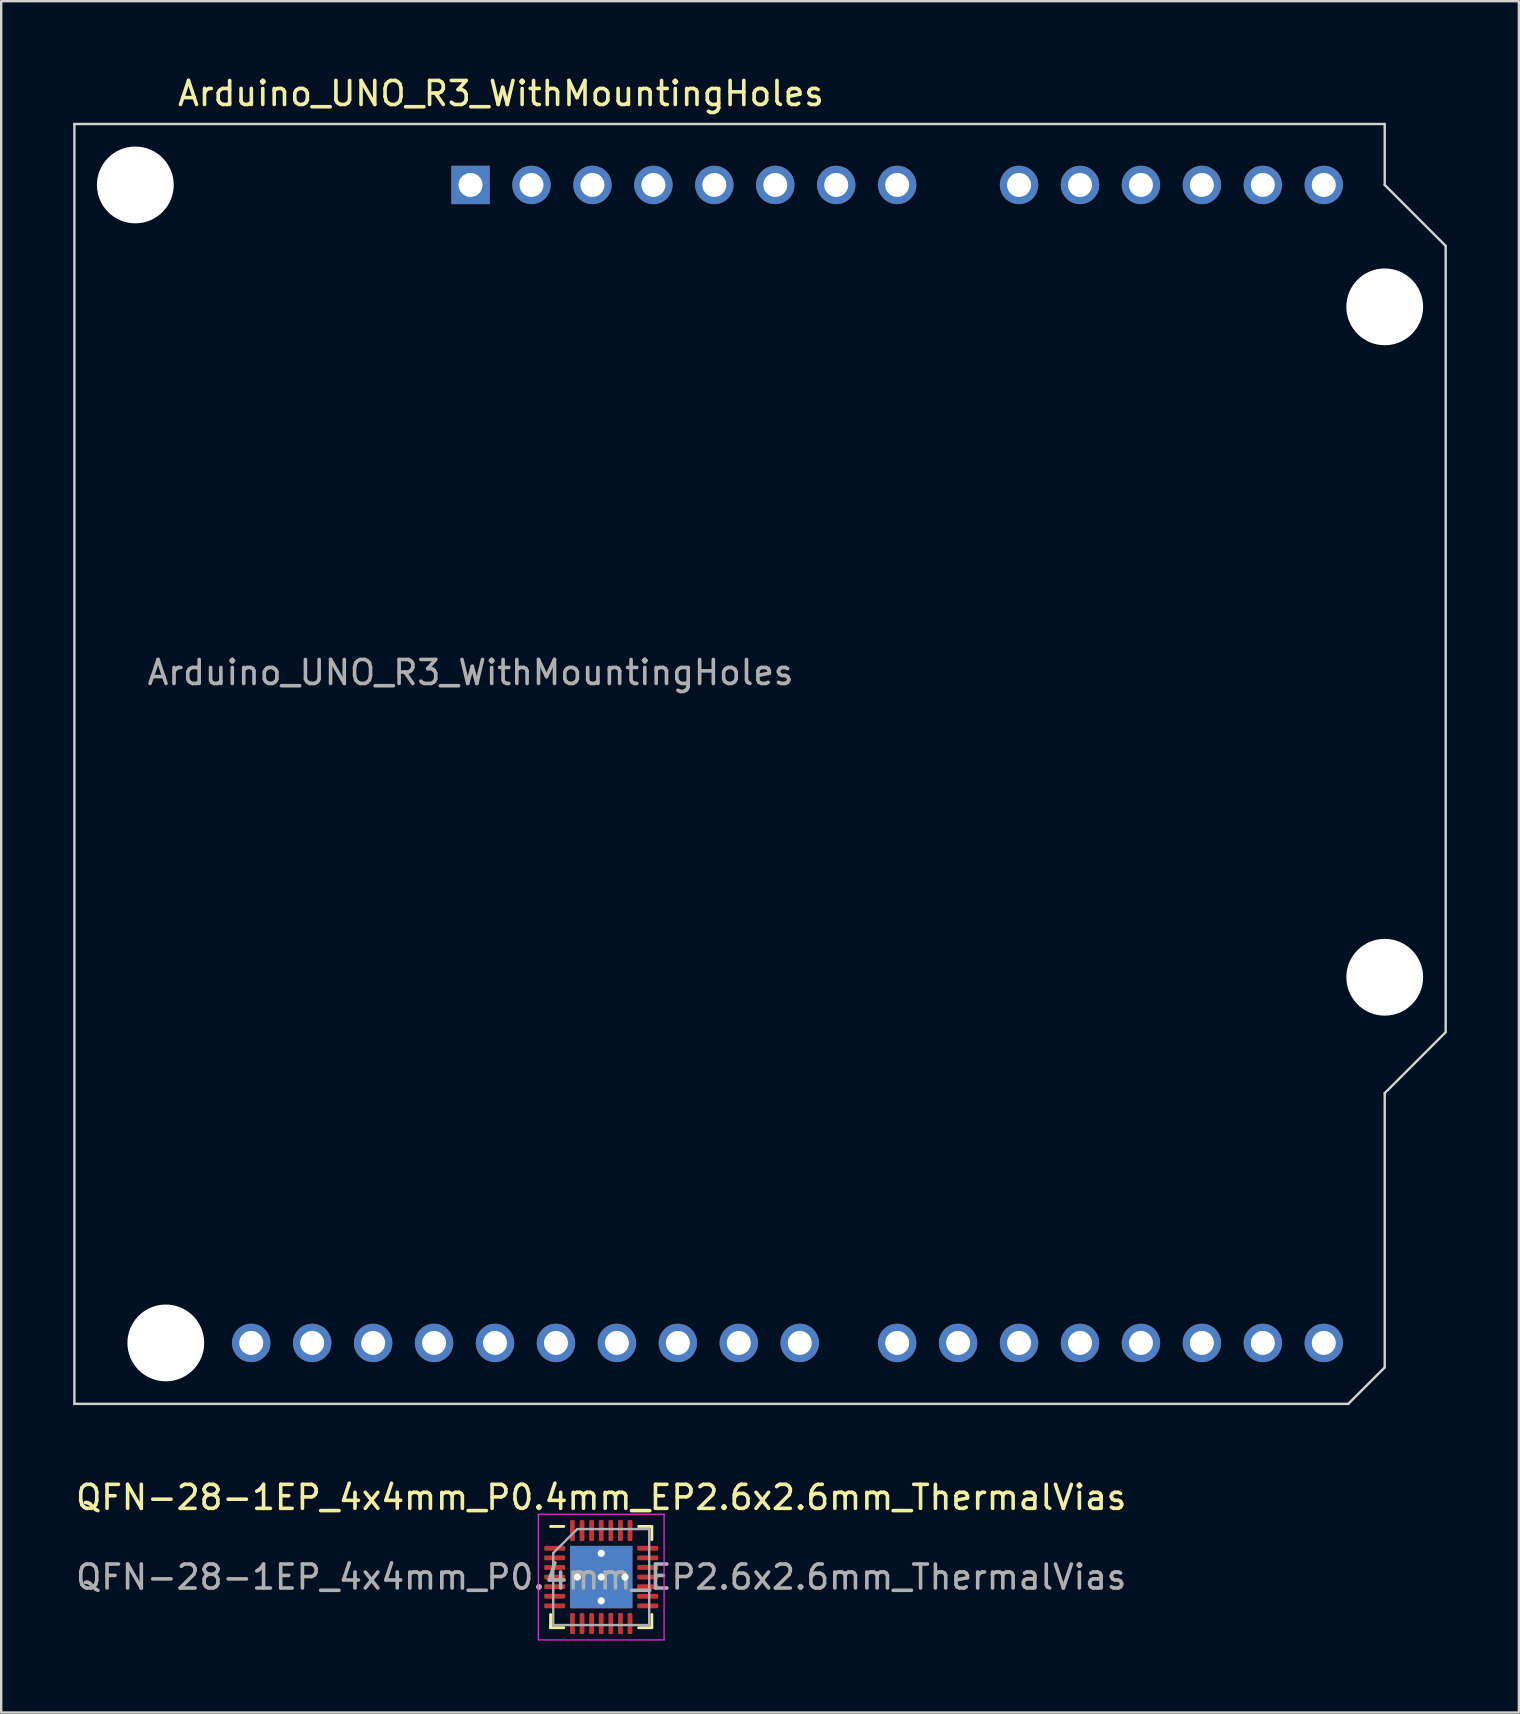
<source format=kicad_pcb>
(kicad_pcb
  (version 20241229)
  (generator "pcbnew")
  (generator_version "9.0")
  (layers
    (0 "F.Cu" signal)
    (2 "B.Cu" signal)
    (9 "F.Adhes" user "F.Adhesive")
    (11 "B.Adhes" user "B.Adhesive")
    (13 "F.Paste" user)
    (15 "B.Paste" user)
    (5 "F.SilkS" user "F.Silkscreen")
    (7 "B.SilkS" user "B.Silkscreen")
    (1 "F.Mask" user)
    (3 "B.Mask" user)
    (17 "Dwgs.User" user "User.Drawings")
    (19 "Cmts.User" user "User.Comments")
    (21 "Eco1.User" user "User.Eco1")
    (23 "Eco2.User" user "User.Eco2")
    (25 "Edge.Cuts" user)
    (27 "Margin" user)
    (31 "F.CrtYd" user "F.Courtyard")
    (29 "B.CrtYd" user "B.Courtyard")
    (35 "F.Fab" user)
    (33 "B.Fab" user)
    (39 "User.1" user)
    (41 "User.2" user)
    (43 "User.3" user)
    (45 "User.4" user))
  (footprint "QFN-28-1EP_4x4mm_P0.4mm_EP2.6x2.6mm_ThermalVias"
    (layer "F.Cu")
    (at 22.006 62.676)
    (property "Reference" "QFN-28-1EP_4x4mm_P0.4mm_EP2.6x2.6mm_ThermalVias" (at 0 -3.32 0) (layer "F.SilkS") (effects (font (size 1 1) (thickness 0.15))))
    (attr smd)
    (fp_line (start -2.11 2.11) (end -2.11 1.56) (stroke (width 0.12) (type solid)) (layer "F.SilkS"))
    (fp_line (start -1.56 -2.11) (end -2.11 -2.11) (stroke (width 0.12) (type solid)) (layer "F.SilkS"))
    (fp_line (start -1.56 2.11) (end -2.11 2.11) (stroke (width 0.12) (type solid)) (layer "F.SilkS"))
    (fp_line (start 1.56 -2.11) (end 2.11 -2.11) (stroke (width 0.12) (type solid)) (layer "F.SilkS"))
    (fp_line (start 1.56 2.11) (end 2.11 2.11) (stroke (width 0.12) (type solid)) (layer "F.SilkS"))
    (fp_line (start 2.11 -2.11) (end 2.11 -1.56) (stroke (width 0.12) (type solid)) (layer "F.SilkS"))
    (fp_line (start 2.11 2.11) (end 2.11 1.56) (stroke (width 0.12) (type solid)) (layer "F.SilkS"))
    (fp_line (start -2.62 -2.62) (end -2.62 2.62) (stroke (width 0.05) (type solid)) (layer "F.CrtYd"))
    (fp_line (start -2.62 2.62) (end 2.62 2.62) (stroke (width 0.05) (type solid)) (layer "F.CrtYd"))
    (fp_line (start 2.62 -2.62) (end -2.62 -2.62) (stroke (width 0.05) (type solid)) (layer "F.CrtYd"))
    (fp_line (start 2.62 2.62) (end 2.62 -2.62) (stroke (width 0.05) (type solid)) (layer "F.CrtYd"))
    (fp_line (start -2 -1) (end -1 -2) (stroke (width 0.1) (type solid)) (layer "F.Fab"))
    (fp_line (start -2 2) (end -2 -1) (stroke (width 0.1) (type solid)) (layer "F.Fab"))
    (fp_line (start -1 -2) (end 2 -2) (stroke (width 0.1) (type solid)) (layer "F.Fab"))
    (fp_line (start 2 -2) (end 2 2) (stroke (width 0.1) (type solid)) (layer "F.Fab"))
    (fp_line (start 2 2) (end -2 2) (stroke (width 0.1) (type solid)) (layer "F.Fab"))
    (fp_text user "${REFERENCE}" (at 0 0 0) (layer "F.Fab") (effects (font (size 1 1) (thickness 0.15))))
    (pad "" smd roundrect (at -0.65 -0.65) (size 1.13 1.13) (layers "F.Paste") (roundrect_rratio 0.25))
    (pad "" smd roundrect (at -0.65 0.65) (size 1.13 1.13) (layers "F.Paste") (roundrect_rratio 0.25))
    (pad "" smd roundrect (at 0.65 -0.65) (size 1.13 1.13) (layers "F.Paste") (roundrect_rratio 0.25))
    (pad "" smd roundrect (at 0.65 0.65) (size 1.13 1.13) (layers "F.Paste") (roundrect_rratio 0.25))
    (pad "1" smd roundrect (at -1.938 -1.2) (size 0.875 0.2) (layers "F.Cu" "F.Mask" "F.Paste") (roundrect_rratio 0.25))
    (pad "2" smd roundrect (at -1.938 -0.8) (size 0.875 0.2) (layers "F.Cu" "F.Mask" "F.Paste") (roundrect_rratio 0.25))
    (pad "3" smd roundrect (at -1.938 -0.4) (size 0.875 0.2) (layers "F.Cu" "F.Mask" "F.Paste") (roundrect_rratio 0.25))
    (pad "4" smd roundrect (at -1.938 0) (size 0.875 0.2) (layers "F.Cu" "F.Mask" "F.Paste") (roundrect_rratio 0.25))
    (pad "5" smd roundrect (at -1.938 0.4) (size 0.875 0.2) (layers "F.Cu" "F.Mask" "F.Paste") (roundrect_rratio 0.25))
    (pad "6" smd roundrect (at -1.938 0.8) (size 0.875 0.2) (layers "F.Cu" "F.Mask" "F.Paste") (roundrect_rratio 0.25))
    (pad "7" smd roundrect (at -1.938 1.2) (size 0.875 0.2) (layers "F.Cu" "F.Mask" "F.Paste") (roundrect_rratio 0.25))
    (pad "8" smd roundrect (at -1.2 1.938) (size 0.2 0.875) (layers "F.Cu" "F.Mask" "F.Paste") (roundrect_rratio 0.25))
    (pad "9" smd roundrect (at -0.8 1.938) (size 0.2 0.875) (layers "F.Cu" "F.Mask" "F.Paste") (roundrect_rratio 0.25))
    (pad "10" smd roundrect (at -0.4 1.938) (size 0.2 0.875) (layers "F.Cu" "F.Mask" "F.Paste") (roundrect_rratio 0.25))
    (pad "11" smd roundrect (at 0 1.938) (size 0.2 0.875) (layers "F.Cu" "F.Mask" "F.Paste") (roundrect_rratio 0.25))
    (pad "12" smd roundrect (at 0.4 1.938) (size 0.2 0.875) (layers "F.Cu" "F.Mask" "F.Paste") (roundrect_rratio 0.25))
    (pad "13" smd roundrect (at 0.8 1.938) (size 0.2 0.875) (layers "F.Cu" "F.Mask" "F.Paste") (roundrect_rratio 0.25))
    (pad "14" smd roundrect (at 1.2 1.938) (size 0.2 0.875) (layers "F.Cu" "F.Mask" "F.Paste") (roundrect_rratio 0.25))
    (pad "15" smd roundrect (at 1.938 1.2) (size 0.875 0.2) (layers "F.Cu" "F.Mask" "F.Paste") (roundrect_rratio 0.25))
    (pad "16" smd roundrect (at 1.938 0.8) (size 0.875 0.2) (layers "F.Cu" "F.Mask" "F.Paste") (roundrect_rratio 0.25))
    (pad "17" smd roundrect (at 1.938 0.4) (size 0.875 0.2) (layers "F.Cu" "F.Mask" "F.Paste") (roundrect_rratio 0.25))
    (pad "18" smd roundrect (at 1.938 0) (size 0.875 0.2) (layers "F.Cu" "F.Mask" "F.Paste") (roundrect_rratio 0.25))
    (pad "19" smd roundrect (at 1.938 -0.4) (size 0.875 0.2) (layers "F.Cu" "F.Mask" "F.Paste") (roundrect_rratio 0.25))
    (pad "20" smd roundrect (at 1.938 -0.8) (size 0.875 0.2) (layers "F.Cu" "F.Mask" "F.Paste") (roundrect_rratio 0.25))
    (pad "21" smd roundrect (at 1.938 -1.2) (size 0.875 0.2) (layers "F.Cu" "F.Mask" "F.Paste") (roundrect_rratio 0.25))
    (pad "22" smd roundrect (at 1.2 -1.938) (size 0.2 0.875) (layers "F.Cu" "F.Mask" "F.Paste") (roundrect_rratio 0.25))
    (pad "23" smd roundrect (at 0.8 -1.938) (size 0.2 0.875) (layers "F.Cu" "F.Mask" "F.Paste") (roundrect_rratio 0.25))
    (pad "24" smd roundrect (at 0.4 -1.938) (size 0.2 0.875) (layers "F.Cu" "F.Mask" "F.Paste") (roundrect_rratio 0.25))
    (pad "25" smd roundrect (at 0 -1.938) (size 0.2 0.875) (layers "F.Cu" "F.Mask" "F.Paste") (roundrect_rratio 0.25))
    (pad "26" smd roundrect (at -0.4 -1.938) (size 0.2 0.875) (layers "F.Cu" "F.Mask" "F.Paste") (roundrect_rratio 0.25))
    (pad "27" smd roundrect (at -0.8 -1.938) (size 0.2 0.875) (layers "F.Cu" "F.Mask" "F.Paste") (roundrect_rratio 0.25))
    (pad "28" smd roundrect (at -1.2 -1.938) (size 0.2 0.875) (layers "F.Cu" "F.Mask" "F.Paste") (roundrect_rratio 0.25))
    (pad "29" thru_hole circle (at -0.991 0) (size 0.6 0.6) (drill 0.3) (layers "*.Cu"))
    (pad "29" thru_hole circle (at 0 -0.991) (size 0.6 0.6) (drill 0.3) (layers "*.Cu"))
    (pad "29" thru_hole circle (at 0 0) (size 0.6 0.6) (drill 0.3) (layers "*.Cu"))
    (pad "29" smd rect (at 0 0) (size 2.6 2.6) (layers "F.Cu" "F.Mask"))
    (pad "29" smd rect (at 0 0) (size 2.6 2.6) (layers "B.Cu"))
    (pad "29" thru_hole circle (at 0 0.991) (size 0.6 0.6) (drill 0.3) (layers "*.Cu"))
    (pad "29" thru_hole circle (at 0.991 0) (size 0.6 0.6) (drill 0.3) (layers "*.Cu")))
  (footprint "Arduino_UNO_R3_WithMountingHoles"
    (layer "F.Cu")
    (at 16.56 4.658)
    (property "Reference" "Arduino_UNO_R3_WithMountingHoles" (at 1.27 -3.81 180) (layer "F.SilkS") (effects (font (size 1 1) (thickness 0.15))))
    (attr through_hole)
    (fp_line (start -16.51 -2.54) (end -16.51 50.8) (stroke (width 0.1) (type default)) (layer "Edge.Cuts"))
    (fp_line (start -16.51 -2.54) (end 38.1 -2.54) (stroke (width 0.1) (type solid)) (layer "Edge.Cuts"))
    (fp_line (start 36.58 50.8) (end -16.51 50.8) (stroke (width 0.1) (type solid)) (layer "Edge.Cuts"))
    (fp_line (start 38.1 -2.54) (end 38.1 0) (stroke (width 0.1) (type solid)) (layer "Edge.Cuts"))
    (fp_line (start 38.1 0) (end 40.64 2.54) (stroke (width 0.1) (type solid)) (layer "Edge.Cuts"))
    (fp_line (start 38.1 37.85) (end 38.1 49.28) (stroke (width 0.1) (type solid)) (layer "Edge.Cuts"))
    (fp_line (start 38.1 49.28) (end 36.58 50.8) (stroke (width 0.1) (type solid)) (layer "Edge.Cuts"))
    (fp_line (start 40.64 2.54) (end 40.64 35.31) (stroke (width 0.1) (type solid)) (layer "Edge.Cuts"))
    (fp_line (start 40.64 35.31) (end 38.1 37.85) (stroke (width 0.1) (type solid)) (layer "Edge.Cuts"))
    (fp_text user "${REFERENCE}" (at 0 20.32 180) (layer "F.Fab") (effects (font (size 1 1) (thickness 0.15))))
    (pad "" np_thru_hole circle (at -13.97 0 90) (size 3.2 3.2) (drill 3.2) (layers "*.Cu" "*.Mask"))
    (pad "" np_thru_hole circle (at -12.7 48.26 90) (size 3.2 3.2) (drill 3.2) (layers "*.Cu" "*.Mask"))
    (pad "" np_thru_hole circle (at 38.1 5.08 90) (size 3.2 3.2) (drill 3.2) (layers "*.Cu" "*.Mask"))
    (pad "" np_thru_hole circle (at 38.1 33.02 90) (size 3.2 3.2) (drill 3.2) (layers "*.Cu" "*.Mask"))
    (pad "1" thru_hole rect (at 0 0 90) (size 1.6 1.6) (drill 1) (layers "*.Cu" "*.Mask"))
    (pad "2" thru_hole oval (at 2.54 0 90) (size 1.6 1.6) (drill 1) (layers "*.Cu" "*.Mask"))
    (pad "3" thru_hole oval (at 5.08 0 90) (size 1.6 1.6) (drill 1) (layers "*.Cu" "*.Mask"))
    (pad "4" thru_hole oval (at 7.62 0 90) (size 1.6 1.6) (drill 1) (layers "*.Cu" "*.Mask"))
    (pad "5" thru_hole oval (at 10.16 0 90) (size 1.6 1.6) (drill 1) (layers "*.Cu" "*.Mask"))
    (pad "6" thru_hole oval (at 12.7 0 90) (size 1.6 1.6) (drill 1) (layers "*.Cu" "*.Mask"))
    (pad "7" thru_hole oval (at 15.24 0 90) (size 1.6 1.6) (drill 1) (layers "*.Cu" "*.Mask"))
    (pad "8" thru_hole oval (at 17.78 0 90) (size 1.6 1.6) (drill 1) (layers "*.Cu" "*.Mask"))
    (pad "9" thru_hole oval (at 22.86 0 90) (size 1.6 1.6) (drill 1) (layers "*.Cu" "*.Mask"))
    (pad "10" thru_hole oval (at 25.4 0 90) (size 1.6 1.6) (drill 1) (layers "*.Cu" "*.Mask"))
    (pad "11" thru_hole oval (at 27.94 0 90) (size 1.6 1.6) (drill 1) (layers "*.Cu" "*.Mask"))
    (pad "12" thru_hole oval (at 30.48 0 90) (size 1.6 1.6) (drill 1) (layers "*.Cu" "*.Mask"))
    (pad "13" thru_hole oval (at 33.02 0 90) (size 1.6 1.6) (drill 1) (layers "*.Cu" "*.Mask"))
    (pad "14" thru_hole oval (at 35.56 0 90) (size 1.6 1.6) (drill 1) (layers "*.Cu" "*.Mask"))
    (pad "15" thru_hole oval (at 35.56 48.26 90) (size 1.6 1.6) (drill 1) (layers "*.Cu" "*.Mask"))
    (pad "16" thru_hole oval (at 33.02 48.26 90) (size 1.6 1.6) (drill 1) (layers "*.Cu" "*.Mask"))
    (pad "17" thru_hole oval (at 30.48 48.26 90) (size 1.6 1.6) (drill 1) (layers "*.Cu" "*.Mask"))
    (pad "18" thru_hole oval (at 27.94 48.26 90) (size 1.6 1.6) (drill 1) (layers "*.Cu" "*.Mask"))
    (pad "19" thru_hole oval (at 25.4 48.26 90) (size 1.6 1.6) (drill 1) (layers "*.Cu" "*.Mask"))
    (pad "20" thru_hole oval (at 22.86 48.26 90) (size 1.6 1.6) (drill 1) (layers "*.Cu" "*.Mask"))
    (pad "21" thru_hole oval (at 20.32 48.26 90) (size 1.6 1.6) (drill 1) (layers "*.Cu" "*.Mask"))
    (pad "22" thru_hole oval (at 17.78 48.26 90) (size 1.6 1.6) (drill 1) (layers "*.Cu" "*.Mask"))
    (pad "23" thru_hole oval (at 13.72 48.26 90) (size 1.6 1.6) (drill 1) (layers "*.Cu" "*.Mask"))
    (pad "24" thru_hole oval (at 11.18 48.26 90) (size 1.6 1.6) (drill 1) (layers "*.Cu" "*.Mask"))
    (pad "25" thru_hole oval (at 8.64 48.26 90) (size 1.6 1.6) (drill 1) (layers "*.Cu" "*.Mask"))
    (pad "26" thru_hole oval (at 6.1 48.26 90) (size 1.6 1.6) (drill 1) (layers "*.Cu" "*.Mask"))
    (pad "27" thru_hole oval (at 3.56 48.26 90) (size 1.6 1.6) (drill 1) (layers "*.Cu" "*.Mask"))
    (pad "28" thru_hole oval (at 1.02 48.26 90) (size 1.6 1.6) (drill 1) (layers "*.Cu" "*.Mask"))
    (pad "29" thru_hole oval (at -1.52 48.26 90) (size 1.6 1.6) (drill 1) (layers "*.Cu" "*.Mask"))
    (pad "30" thru_hole oval (at -4.06 48.26 90) (size 1.6 1.6) (drill 1) (layers "*.Cu" "*.Mask"))
    (pad "31" thru_hole oval (at -6.6 48.26 90) (size 1.6 1.6) (drill 1) (layers "*.Cu" "*.Mask"))
    (pad "32" thru_hole oval (at -9.14 48.26 90) (size 1.6 1.6) (drill 1) (layers "*.Cu" "*.Mask")))
  (gr_rect
    (start -3 -3)
    (end 60.25 68.322)
    (stroke (width 0.1) (type default))
    (fill no)
    (layer "Edge.Cuts")))
</source>
